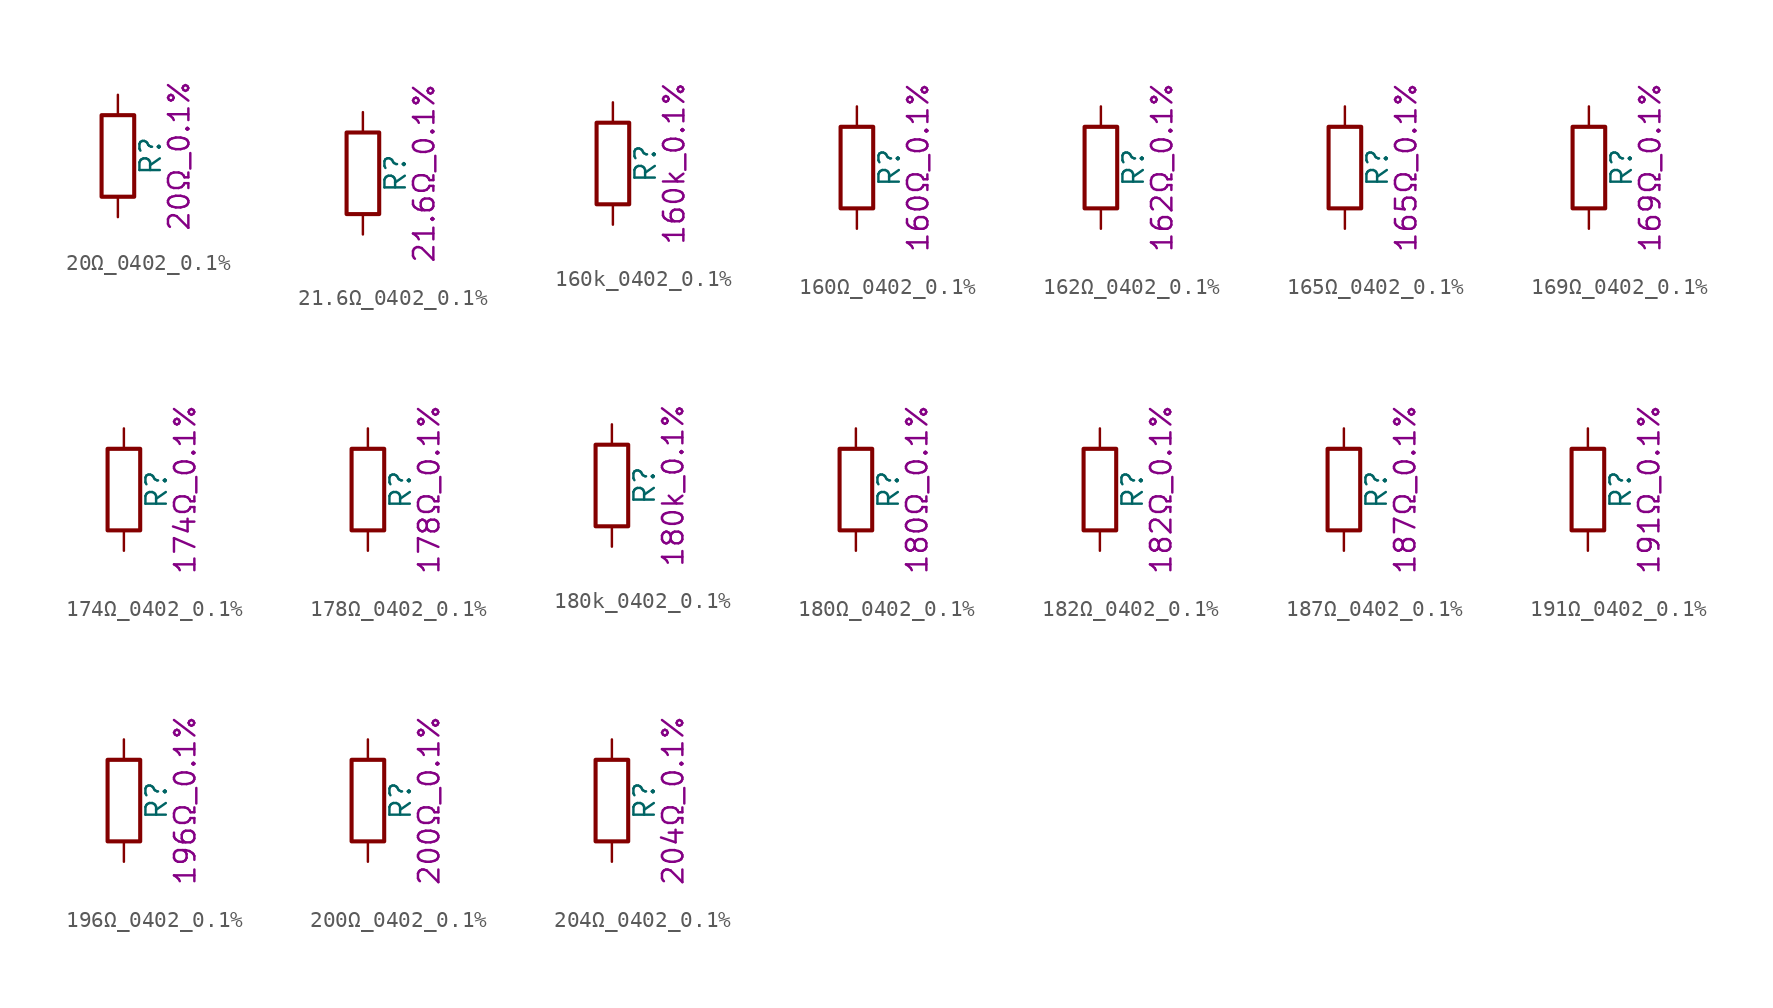
<source format=kicad_sym>
(kicad_symbol_lib
  (version 20211014)
  (generator kicad_symbol_editor)
  (symbol "20Ω_0402_0.1%"
    (pin_numbers hide)
    (pin_names
      (offset 0))
    (property "Reference" "R"
      (at 2.032 0 90)
      (effects (font (size 1.27 1.27))))
    (property "Display" "20Ω_0.1%"
      (at 3.81 0 90)
      (effects (font (size 1.27 1.27))))
    (symbol "20Ω_0402_0.1%_0_1"
      (rectangle (start -1.016 -2.54) (end 1.016 2.54) (stroke (width 0.254) (type default) (color 0 0 0 0)) (fill (type none))))
    (symbol "20Ω_0402_0.1%_1_1"
      (pin passive line (at 0 3.81 270) (length 1.27) (name "~" (effects (font (size 1.27 1.27)))) (number "1" (effects (font (size 1.27 1.27)))))
      (pin passive line (at 0 -3.81 90) (length 1.27) (name "~" (effects (font (size 1.27 1.27)))) (number "2" (effects (font (size 1.27 1.27)))))))
  (symbol "21.6Ω_0402_0.1%"
    (pin_numbers hide)
    (pin_names
      (offset 0))
    (property "Reference" "R"
      (at 2.032 0 90)
      (effects (font (size 1.27 1.27))))
    (property "Display" "21.6Ω_0.1%"
      (at 3.81 0 90)
      (effects (font (size 1.27 1.27))))
    (symbol "21.6Ω_0402_0.1%_0_1"
      (rectangle (start -1.016 -2.54) (end 1.016 2.54) (stroke (width 0.254) (type default) (color 0 0 0 0)) (fill (type none))))
    (symbol "21.6Ω_0402_0.1%_1_1"
      (pin passive line (at 0 3.81 270) (length 1.27) (name "~" (effects (font (size 1.27 1.27)))) (number "1" (effects (font (size 1.27 1.27)))))
      (pin passive line (at 0 -3.81 90) (length 1.27) (name "~" (effects (font (size 1.27 1.27)))) (number "2" (effects (font (size 1.27 1.27)))))))
  (symbol "160k_0402_0.1%"
    (pin_numbers hide)
    (pin_names
      (offset 0))
    (property "Reference" "R"
      (at 2.032 0 90)
      (effects (font (size 1.27 1.27))))
    (property "Display" "160k_0.1%"
      (at 3.81 0 90)
      (effects (font (size 1.27 1.27))))
    (symbol "160k_0402_0.1%_0_1"
      (rectangle (start -1.016 -2.54) (end 1.016 2.54) (stroke (width 0.254) (type default) (color 0 0 0 0)) (fill (type none))))
    (symbol "160k_0402_0.1%_1_1"
      (pin passive line (at 0 3.81 270) (length 1.27) (name "~" (effects (font (size 1.27 1.27)))) (number "1" (effects (font (size 1.27 1.27)))))
      (pin passive line (at 0 -3.81 90) (length 1.27) (name "~" (effects (font (size 1.27 1.27)))) (number "2" (effects (font (size 1.27 1.27)))))))
  (symbol "160Ω_0402_0.1%"
    (pin_numbers hide)
    (pin_names
      (offset 0))
    (property "Reference" "R"
      (at 2.032 0 90)
      (effects (font (size 1.27 1.27))))
    (property "Display" "160Ω_0.1%"
      (at 3.81 0 90)
      (effects (font (size 1.27 1.27))))
    (symbol "160Ω_0402_0.1%_0_1"
      (rectangle (start -1.016 -2.54) (end 1.016 2.54) (stroke (width 0.254) (type default) (color 0 0 0 0)) (fill (type none))))
    (symbol "160Ω_0402_0.1%_1_1"
      (pin passive line (at 0 3.81 270) (length 1.27) (name "~" (effects (font (size 1.27 1.27)))) (number "1" (effects (font (size 1.27 1.27)))))
      (pin passive line (at 0 -3.81 90) (length 1.27) (name "~" (effects (font (size 1.27 1.27)))) (number "2" (effects (font (size 1.27 1.27)))))))
  (symbol "162Ω_0402_0.1%"
    (pin_numbers hide)
    (pin_names
      (offset 0))
    (property "Reference" "R"
      (at 2.032 0 90)
      (effects (font (size 1.27 1.27))))
    (property "Display" "162Ω_0.1%"
      (at 3.81 0 90)
      (effects (font (size 1.27 1.27))))
    (symbol "162Ω_0402_0.1%_0_1"
      (rectangle (start -1.016 -2.54) (end 1.016 2.54) (stroke (width 0.254) (type default) (color 0 0 0 0)) (fill (type none))))
    (symbol "162Ω_0402_0.1%_1_1"
      (pin passive line (at 0 3.81 270) (length 1.27) (name "~" (effects (font (size 1.27 1.27)))) (number "1" (effects (font (size 1.27 1.27)))))
      (pin passive line (at 0 -3.81 90) (length 1.27) (name "~" (effects (font (size 1.27 1.27)))) (number "2" (effects (font (size 1.27 1.27)))))))
  (symbol "165Ω_0402_0.1%"
    (pin_numbers hide)
    (pin_names
      (offset 0))
    (property "Reference" "R"
      (at 2.032 0 90)
      (effects (font (size 1.27 1.27))))
    (property "Display" "165Ω_0.1%"
      (at 3.81 0 90)
      (effects (font (size 1.27 1.27))))
    (symbol "165Ω_0402_0.1%_0_1"
      (rectangle (start -1.016 -2.54) (end 1.016 2.54) (stroke (width 0.254) (type default) (color 0 0 0 0)) (fill (type none))))
    (symbol "165Ω_0402_0.1%_1_1"
      (pin passive line (at 0 3.81 270) (length 1.27) (name "~" (effects (font (size 1.27 1.27)))) (number "1" (effects (font (size 1.27 1.27)))))
      (pin passive line (at 0 -3.81 90) (length 1.27) (name "~" (effects (font (size 1.27 1.27)))) (number "2" (effects (font (size 1.27 1.27)))))))
  (symbol "169Ω_0402_0.1%"
    (pin_numbers hide)
    (pin_names
      (offset 0))
    (property "Reference" "R"
      (at 2.032 0 90)
      (effects (font (size 1.27 1.27))))
    (property "Display" "169Ω_0.1%"
      (at 3.81 0 90)
      (effects (font (size 1.27 1.27))))
    (symbol "169Ω_0402_0.1%_0_1"
      (rectangle (start -1.016 -2.54) (end 1.016 2.54) (stroke (width 0.254) (type default) (color 0 0 0 0)) (fill (type none))))
    (symbol "169Ω_0402_0.1%_1_1"
      (pin passive line (at 0 3.81 270) (length 1.27) (name "~" (effects (font (size 1.27 1.27)))) (number "1" (effects (font (size 1.27 1.27)))))
      (pin passive line (at 0 -3.81 90) (length 1.27) (name "~" (effects (font (size 1.27 1.27)))) (number "2" (effects (font (size 1.27 1.27)))))))
  (symbol "174Ω_0402_0.1%"
    (pin_numbers hide)
    (pin_names
      (offset 0))
    (property "Reference" "R"
      (at 2.032 0 90)
      (effects (font (size 1.27 1.27))))
    (property "Display" "174Ω_0.1%"
      (at 3.81 0 90)
      (effects (font (size 1.27 1.27))))
    (symbol "174Ω_0402_0.1%_0_1"
      (rectangle (start -1.016 -2.54) (end 1.016 2.54) (stroke (width 0.254) (type default) (color 0 0 0 0)) (fill (type none))))
    (symbol "174Ω_0402_0.1%_1_1"
      (pin passive line (at 0 3.81 270) (length 1.27) (name "~" (effects (font (size 1.27 1.27)))) (number "1" (effects (font (size 1.27 1.27)))))
      (pin passive line (at 0 -3.81 90) (length 1.27) (name "~" (effects (font (size 1.27 1.27)))) (number "2" (effects (font (size 1.27 1.27)))))))
  (symbol "178Ω_0402_0.1%"
    (pin_numbers hide)
    (pin_names
      (offset 0))
    (property "Reference" "R"
      (at 2.032 0 90)
      (effects (font (size 1.27 1.27))))
    (property "Display" "178Ω_0.1%"
      (at 3.81 0 90)
      (effects (font (size 1.27 1.27))))
    (symbol "178Ω_0402_0.1%_0_1"
      (rectangle (start -1.016 -2.54) (end 1.016 2.54) (stroke (width 0.254) (type default) (color 0 0 0 0)) (fill (type none))))
    (symbol "178Ω_0402_0.1%_1_1"
      (pin passive line (at 0 3.81 270) (length 1.27) (name "~" (effects (font (size 1.27 1.27)))) (number "1" (effects (font (size 1.27 1.27)))))
      (pin passive line (at 0 -3.81 90) (length 1.27) (name "~" (effects (font (size 1.27 1.27)))) (number "2" (effects (font (size 1.27 1.27)))))))
  (symbol "180k_0402_0.1%"
    (pin_numbers hide)
    (pin_names
      (offset 0))
    (property "Reference" "R"
      (at 2.032 0 90)
      (effects (font (size 1.27 1.27))))
    (property "Display" "180k_0.1%"
      (at 3.81 0 90)
      (effects (font (size 1.27 1.27))))
    (symbol "180k_0402_0.1%_0_1"
      (rectangle (start -1.016 -2.54) (end 1.016 2.54) (stroke (width 0.254) (type default) (color 0 0 0 0)) (fill (type none))))
    (symbol "180k_0402_0.1%_1_1"
      (pin passive line (at 0 3.81 270) (length 1.27) (name "~" (effects (font (size 1.27 1.27)))) (number "1" (effects (font (size 1.27 1.27)))))
      (pin passive line (at 0 -3.81 90) (length 1.27) (name "~" (effects (font (size 1.27 1.27)))) (number "2" (effects (font (size 1.27 1.27)))))))
  (symbol "180Ω_0402_0.1%"
    (pin_numbers hide)
    (pin_names
      (offset 0))
    (property "Reference" "R"
      (at 2.032 0 90)
      (effects (font (size 1.27 1.27))))
    (property "Display" "180Ω_0.1%"
      (at 3.81 0 90)
      (effects (font (size 1.27 1.27))))
    (symbol "180Ω_0402_0.1%_0_1"
      (rectangle (start -1.016 -2.54) (end 1.016 2.54) (stroke (width 0.254) (type default) (color 0 0 0 0)) (fill (type none))))
    (symbol "180Ω_0402_0.1%_1_1"
      (pin passive line (at 0 3.81 270) (length 1.27) (name "~" (effects (font (size 1.27 1.27)))) (number "1" (effects (font (size 1.27 1.27)))))
      (pin passive line (at 0 -3.81 90) (length 1.27) (name "~" (effects (font (size 1.27 1.27)))) (number "2" (effects (font (size 1.27 1.27)))))))
  (symbol "182Ω_0402_0.1%"
    (pin_numbers hide)
    (pin_names
      (offset 0))
    (property "Reference" "R"
      (at 2.032 0 90)
      (effects (font (size 1.27 1.27))))
    (property "Display" "182Ω_0.1%"
      (at 3.81 0 90)
      (effects (font (size 1.27 1.27))))
    (symbol "182Ω_0402_0.1%_0_1"
      (rectangle (start -1.016 -2.54) (end 1.016 2.54) (stroke (width 0.254) (type default) (color 0 0 0 0)) (fill (type none))))
    (symbol "182Ω_0402_0.1%_1_1"
      (pin passive line (at 0 3.81 270) (length 1.27) (name "~" (effects (font (size 1.27 1.27)))) (number "1" (effects (font (size 1.27 1.27)))))
      (pin passive line (at 0 -3.81 90) (length 1.27) (name "~" (effects (font (size 1.27 1.27)))) (number "2" (effects (font (size 1.27 1.27)))))))
  (symbol "187Ω_0402_0.1%"
    (pin_numbers hide)
    (pin_names
      (offset 0))
    (property "Reference" "R"
      (at 2.032 0 90)
      (effects (font (size 1.27 1.27))))
    (property "Display" "187Ω_0.1%"
      (at 3.81 0 90)
      (effects (font (size 1.27 1.27))))
    (symbol "187Ω_0402_0.1%_0_1"
      (rectangle (start -1.016 -2.54) (end 1.016 2.54) (stroke (width 0.254) (type default) (color 0 0 0 0)) (fill (type none))))
    (symbol "187Ω_0402_0.1%_1_1"
      (pin passive line (at 0 3.81 270) (length 1.27) (name "~" (effects (font (size 1.27 1.27)))) (number "1" (effects (font (size 1.27 1.27)))))
      (pin passive line (at 0 -3.81 90) (length 1.27) (name "~" (effects (font (size 1.27 1.27)))) (number "2" (effects (font (size 1.27 1.27)))))))
  (symbol "191Ω_0402_0.1%"
    (pin_numbers hide)
    (pin_names
      (offset 0))
    (property "Reference" "R"
      (at 2.032 0 90)
      (effects (font (size 1.27 1.27))))
    (property "Display" "191Ω_0.1%"
      (at 3.81 0 90)
      (effects (font (size 1.27 1.27))))
    (symbol "191Ω_0402_0.1%_0_1"
      (rectangle (start -1.016 -2.54) (end 1.016 2.54) (stroke (width 0.254) (type default) (color 0 0 0 0)) (fill (type none))))
    (symbol "191Ω_0402_0.1%_1_1"
      (pin passive line (at 0 3.81 270) (length 1.27) (name "~" (effects (font (size 1.27 1.27)))) (number "1" (effects (font (size 1.27 1.27)))))
      (pin passive line (at 0 -3.81 90) (length 1.27) (name "~" (effects (font (size 1.27 1.27)))) (number "2" (effects (font (size 1.27 1.27)))))))
  (symbol "196Ω_0402_0.1%"
    (pin_numbers hide)
    (pin_names
      (offset 0))
    (property "Reference" "R"
      (at 2.032 0 90)
      (effects (font (size 1.27 1.27))))
    (property "Display" "196Ω_0.1%"
      (at 3.81 0 90)
      (effects (font (size 1.27 1.27))))
    (symbol "196Ω_0402_0.1%_0_1"
      (rectangle (start -1.016 -2.54) (end 1.016 2.54) (stroke (width 0.254) (type default) (color 0 0 0 0)) (fill (type none))))
    (symbol "196Ω_0402_0.1%_1_1"
      (pin passive line (at 0 3.81 270) (length 1.27) (name "~" (effects (font (size 1.27 1.27)))) (number "1" (effects (font (size 1.27 1.27)))))
      (pin passive line (at 0 -3.81 90) (length 1.27) (name "~" (effects (font (size 1.27 1.27)))) (number "2" (effects (font (size 1.27 1.27)))))))
  (symbol "200Ω_0402_0.1%"
    (pin_numbers hide)
    (pin_names
      (offset 0))
    (property "Reference" "R"
      (at 2.032 0 90)
      (effects (font (size 1.27 1.27))))
    (property "Display" "200Ω_0.1%"
      (at 3.81 0 90)
      (effects (font (size 1.27 1.27))))
    (symbol "200Ω_0402_0.1%_0_1"
      (rectangle (start -1.016 -2.54) (end 1.016 2.54) (stroke (width 0.254) (type default) (color 0 0 0 0)) (fill (type none))))
    (symbol "200Ω_0402_0.1%_1_1"
      (pin passive line (at 0 3.81 270) (length 1.27) (name "~" (effects (font (size 1.27 1.27)))) (number "1" (effects (font (size 1.27 1.27)))))
      (pin passive line (at 0 -3.81 90) (length 1.27) (name "~" (effects (font (size 1.27 1.27)))) (number "2" (effects (font (size 1.27 1.27)))))))
  (symbol "204Ω_0402_0.1%"
    (pin_numbers hide)
    (pin_names
      (offset 0))
    (property "Reference" "R"
      (at 2.032 0 90)
      (effects (font (size 1.27 1.27))))
    (property "Display" "204Ω_0.1%"
      (at 3.81 0 90)
      (effects (font (size 1.27 1.27))))
    (symbol "204Ω_0402_0.1%_0_1"
      (rectangle (start -1.016 -2.54) (end 1.016 2.54) (stroke (width 0.254) (type default) (color 0 0 0 0)) (fill (type none))))
    (symbol "204Ω_0402_0.1%_1_1"
      (pin passive line (at 0 3.81 270) (length 1.27) (name "~" (effects (font (size 1.27 1.27)))) (number "1" (effects (font (size 1.27 1.27)))))
      (pin passive line (at 0 -3.81 90) (length 1.27) (name "~" (effects (font (size 1.27 1.27)))) (number "2" (effects (font (size 1.27 1.27))))))))
</source>
